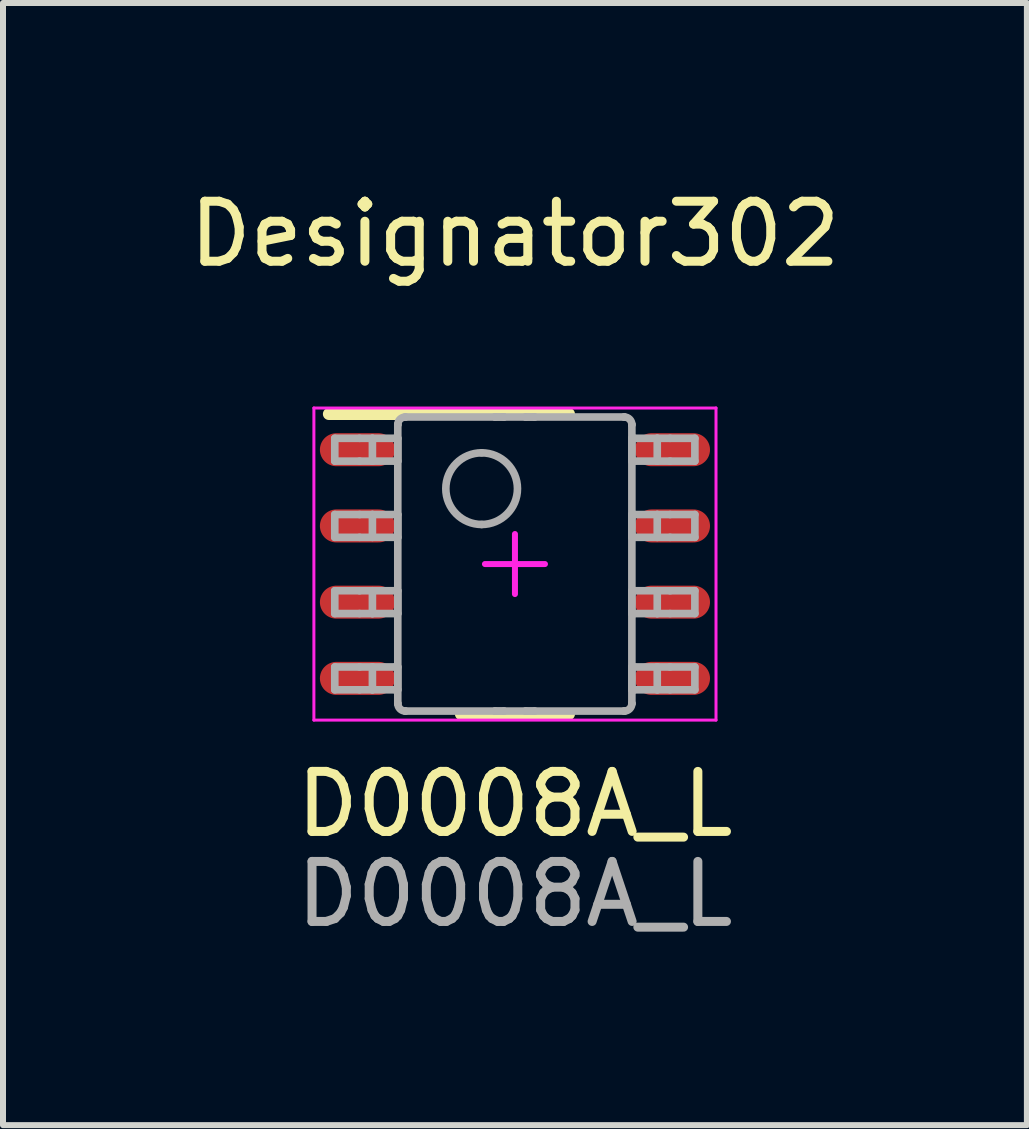
<source format=kicad_pcb>
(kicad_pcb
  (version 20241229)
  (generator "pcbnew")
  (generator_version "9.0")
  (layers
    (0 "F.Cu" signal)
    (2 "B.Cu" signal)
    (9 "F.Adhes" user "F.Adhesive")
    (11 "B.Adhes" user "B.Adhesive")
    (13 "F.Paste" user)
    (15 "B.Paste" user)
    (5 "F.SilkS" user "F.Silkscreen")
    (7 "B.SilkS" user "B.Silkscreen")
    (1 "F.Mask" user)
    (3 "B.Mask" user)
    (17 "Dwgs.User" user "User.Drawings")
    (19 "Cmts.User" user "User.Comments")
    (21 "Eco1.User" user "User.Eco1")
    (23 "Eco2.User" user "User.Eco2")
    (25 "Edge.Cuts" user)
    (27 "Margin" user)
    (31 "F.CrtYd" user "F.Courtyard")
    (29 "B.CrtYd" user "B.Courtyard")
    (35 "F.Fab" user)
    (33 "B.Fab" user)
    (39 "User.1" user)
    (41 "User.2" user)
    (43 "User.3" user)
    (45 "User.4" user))
  (footprint "D0008A_L"
    (layer "F.Cu")
    (at 5.53 6.348)
    (property "Reference" "D0008A_L" (at 0 4 0) (unlocked yes) (layer "F.SilkS") (effects (font (size 1 1) (thickness 0.15))))
    (attr smd)
    (fp_line (start -3.1 -2.5) (end 0.9 -2.5) (stroke (width 0.2) (type solid)) (layer "F.SilkS"))
    (fp_line (start -0.9 2.5) (end 0.9 2.5) (stroke (width 0.2) (type solid)) (layer "F.SilkS"))
    (fp_line (start -3.35 -2.6) (end 3.35 -2.6) (stroke (width 0.05) (type solid)) (layer "F.CrtYd"))
    (fp_line (start -3.35 2.6) (end -3.35 -2.6) (stroke (width 0.05) (type solid)) (layer "F.CrtYd"))
    (fp_line (start -3.35 2.6) (end 3.35 2.6) (stroke (width 0.05) (type solid)) (layer "F.CrtYd"))
    (fp_line (start -0.5 0) (end 0.5 0) (stroke (width 0.1) (type solid)) (layer "F.CrtYd"))
    (fp_line (start 0 0.5) (end 0 -0.5) (stroke (width 0.1) (type solid)) (layer "F.CrtYd"))
    (fp_line (start 3.35 2.6) (end 3.35 -2.6) (stroke (width 0.05) (type solid)) (layer "F.CrtYd"))
    (fp_line (start -3.002 -2.095) (end -2.589 -2.095) (stroke (width 0.127) (type solid)) (layer "F.Fab"))
    (fp_line (start -3.002 -1.715) (end -3.002 -2.095) (stroke (width 0.127) (type solid)) (layer "F.Fab"))
    (fp_line (start -3.002 -1.715) (end -2.589 -1.715) (stroke (width 0.127) (type solid)) (layer "F.Fab"))
    (fp_line (start -3.002 -0.825) (end -2.589 -0.825) (stroke (width 0.127) (type solid)) (layer "F.Fab"))
    (fp_line (start -3.002 -0.445) (end -3.002 -0.825) (stroke (width 0.127) (type solid)) (layer "F.Fab"))
    (fp_line (start -3.002 -0.445) (end -2.589 -0.445) (stroke (width 0.127) (type solid)) (layer "F.Fab"))
    (fp_line (start -3.002 0.445) (end -2.589 0.445) (stroke (width 0.127) (type solid)) (layer "F.Fab"))
    (fp_line (start -3.002 0.825) (end -3.002 0.445) (stroke (width 0.127) (type solid)) (layer "F.Fab"))
    (fp_line (start -3.002 0.825) (end -2.589 0.825) (stroke (width 0.127) (type solid)) (layer "F.Fab"))
    (fp_line (start -3.002 1.715) (end -2.589 1.715) (stroke (width 0.127) (type solid)) (layer "F.Fab"))
    (fp_line (start -3.002 2.095) (end -3.002 1.715) (stroke (width 0.127) (type solid)) (layer "F.Fab"))
    (fp_line (start -3.002 2.095) (end -2.589 2.095) (stroke (width 0.127) (type solid)) (layer "F.Fab"))
    (fp_line (start -2.589 -2.095) (end -2.375 -2.095) (stroke (width 0.127) (type solid)) (layer "F.Fab"))
    (fp_line (start -2.589 -1.715) (end -2.375 -1.715) (stroke (width 0.127) (type solid)) (layer "F.Fab"))
    (fp_line (start -2.589 -0.825) (end -2.375 -0.825) (stroke (width 0.127) (type solid)) (layer "F.Fab"))
    (fp_line (start -2.589 -0.445) (end -2.375 -0.445) (stroke (width 0.127) (type solid)) (layer "F.Fab"))
    (fp_line (start -2.589 0.445) (end -2.375 0.445) (stroke (width 0.127) (type solid)) (layer "F.Fab"))
    (fp_line (start -2.589 0.825) (end -2.375 0.825) (stroke (width 0.127) (type solid)) (layer "F.Fab"))
    (fp_line (start -2.589 1.715) (end -2.375 1.715) (stroke (width 0.127) (type solid)) (layer "F.Fab"))
    (fp_line (start -2.589 2.095) (end -2.375 2.095) (stroke (width 0.127) (type solid)) (layer "F.Fab"))
    (fp_line (start -2.375 -2.095) (end -1.995 -2.095) (stroke (width 0.127) (type solid)) (layer "F.Fab"))
    (fp_line (start -2.375 -1.715) (end -2.375 -2.095) (stroke (width 0.127) (type solid)) (layer "F.Fab"))
    (fp_line (start -2.375 -1.715) (end -1.995 -1.715) (stroke (width 0.127) (type solid)) (layer "F.Fab"))
    (fp_line (start -2.375 -0.825) (end -1.995 -0.825) (stroke (width 0.127) (type solid)) (layer "F.Fab"))
    (fp_line (start -2.375 -0.445) (end -2.375 -0.825) (stroke (width 0.127) (type solid)) (layer "F.Fab"))
    (fp_line (start -2.375 -0.445) (end -1.995 -0.445) (stroke (width 0.127) (type solid)) (layer "F.Fab"))
    (fp_line (start -2.375 0.445) (end -1.995 0.445) (stroke (width 0.127) (type solid)) (layer "F.Fab"))
    (fp_line (start -2.375 0.825) (end -2.375 0.445) (stroke (width 0.127) (type solid)) (layer "F.Fab"))
    (fp_line (start -2.375 0.825) (end -1.995 0.825) (stroke (width 0.127) (type solid)) (layer "F.Fab"))
    (fp_line (start -2.375 1.715) (end -1.995 1.715) (stroke (width 0.127) (type solid)) (layer "F.Fab"))
    (fp_line (start -2.375 2.095) (end -2.375 1.715) (stroke (width 0.127) (type solid)) (layer "F.Fab"))
    (fp_line (start -2.375 2.095) (end -1.995 2.095) (stroke (width 0.127) (type solid)) (layer "F.Fab"))
    (fp_line (start -1.995 -2.095) (end -1.952 -2.095) (stroke (width 0.127) (type solid)) (layer "F.Fab"))
    (fp_line (start -1.995 -1.715) (end -1.952 -1.715) (stroke (width 0.127) (type solid)) (layer "F.Fab"))
    (fp_line (start -1.995 -0.825) (end -1.952 -0.825) (stroke (width 0.127) (type solid)) (layer "F.Fab"))
    (fp_line (start -1.995 -0.445) (end -1.952 -0.445) (stroke (width 0.127) (type solid)) (layer "F.Fab"))
    (fp_line (start -1.995 0.445) (end -1.952 0.445) (stroke (width 0.127) (type solid)) (layer "F.Fab"))
    (fp_line (start -1.995 0.825) (end -1.952 0.825) (stroke (width 0.127) (type solid)) (layer "F.Fab"))
    (fp_line (start -1.995 1.715) (end -1.952 1.715) (stroke (width 0.127) (type solid)) (layer "F.Fab"))
    (fp_line (start -1.995 2.095) (end -1.952 2.095) (stroke (width 0.127) (type solid)) (layer "F.Fab"))
    (fp_line (start -1.952 -2.323) (end -1.952 -2.324) (stroke (width 0.127) (type solid)) (layer "F.Fab"))
    (fp_line (start -1.952 -1.715) (end -1.952 -2.095) (stroke (width 0.127) (type solid)) (layer "F.Fab"))
    (fp_line (start -1.952 -0.445) (end -1.952 -0.825) (stroke (width 0.127) (type solid)) (layer "F.Fab"))
    (fp_line (start -1.952 0.825) (end -1.952 0.445) (stroke (width 0.127) (type solid)) (layer "F.Fab"))
    (fp_line (start -1.952 2.095) (end -1.952 1.715) (stroke (width 0.127) (type solid)) (layer "F.Fab"))
    (fp_line (start -1.952 2.323) (end -1.952 -2.323) (stroke (width 0.127) (type solid)) (layer "F.Fab"))
    (fp_line (start -1.952 2.324) (end -1.952 2.323) (stroke (width 0.127) (type solid)) (layer "F.Fab"))
    (fp_line (start -1.826 -2.45) (end -1.825 -2.45) (stroke (width 0.127) (type solid)) (layer "F.Fab"))
    (fp_line (start -1.826 2.45) (end -1.825 2.45) (stroke (width 0.127) (type solid)) (layer "F.Fab"))
    (fp_line (start -1.825 -2.45) (end -0.332 -2.45) (stroke (width 0.127) (type solid)) (layer "F.Fab"))
    (fp_line (start -1.825 2.45) (end -0.332 2.45) (stroke (width 0.127) (type solid)) (layer "F.Fab"))
    (fp_line (start -0.332 -2.45) (end -0.182 -2.45) (stroke (width 0.127) (type solid)) (layer "F.Fab"))
    (fp_line (start -0.332 -2.45) (end -0.182 -2.45) (stroke (width 0.127) (type solid)) (layer "F.Fab"))
    (fp_line (start -0.332 2.45) (end -0.182 2.45) (stroke (width 0.127) (type solid)) (layer "F.Fab"))
    (fp_line (start -0.332 2.45) (end -0.182 2.45) (stroke (width 0.127) (type solid)) (layer "F.Fab"))
    (fp_line (start -0.182 -2.45) (end 0.178 -2.45) (stroke (width 0.127) (type solid)) (layer "F.Fab"))
    (fp_line (start -0.182 2.45) (end 0.178 2.45) (stroke (width 0.127) (type solid)) (layer "F.Fab"))
    (fp_line (start 0.178 -2.45) (end 0.328 -2.45) (stroke (width 0.127) (type solid)) (layer "F.Fab"))
    (fp_line (start 0.178 -2.45) (end 0.328 -2.45) (stroke (width 0.127) (type solid)) (layer "F.Fab"))
    (fp_line (start 0.178 2.45) (end 0.328 2.45) (stroke (width 0.127) (type solid)) (layer "F.Fab"))
    (fp_line (start 0.178 2.45) (end 0.328 2.45) (stroke (width 0.127) (type solid)) (layer "F.Fab"))
    (fp_line (start 0.328 -2.45) (end 1.821 -2.45) (stroke (width 0.127) (type solid)) (layer "F.Fab"))
    (fp_line (start 0.328 2.45) (end 1.821 2.45) (stroke (width 0.127) (type solid)) (layer "F.Fab"))
    (fp_line (start 1.821 -2.45) (end 1.822 -2.45) (stroke (width 0.127) (type solid)) (layer "F.Fab"))
    (fp_line (start 1.821 2.45) (end 1.822 2.45) (stroke (width 0.127) (type solid)) (layer "F.Fab"))
    (fp_line (start 1.948 -2.323) (end 1.948 -2.324) (stroke (width 0.127) (type solid)) (layer "F.Fab"))
    (fp_line (start 1.948 -2.095) (end 1.991 -2.095) (stroke (width 0.127) (type solid)) (layer "F.Fab"))
    (fp_line (start 1.948 -1.715) (end 1.948 -2.095) (stroke (width 0.127) (type solid)) (layer "F.Fab"))
    (fp_line (start 1.948 -1.715) (end 1.991 -1.715) (stroke (width 0.127) (type solid)) (layer "F.Fab"))
    (fp_line (start 1.948 -0.825) (end 1.991 -0.825) (stroke (width 0.127) (type solid)) (layer "F.Fab"))
    (fp_line (start 1.948 -0.445) (end 1.948 -0.825) (stroke (width 0.127) (type solid)) (layer "F.Fab"))
    (fp_line (start 1.948 -0.445) (end 1.991 -0.445) (stroke (width 0.127) (type solid)) (layer "F.Fab"))
    (fp_line (start 1.948 0.445) (end 1.991 0.445) (stroke (width 0.127) (type solid)) (layer "F.Fab"))
    (fp_line (start 1.948 0.825) (end 1.948 0.445) (stroke (width 0.127) (type solid)) (layer "F.Fab"))
    (fp_line (start 1.948 0.825) (end 1.991 0.825) (stroke (width 0.127) (type solid)) (layer "F.Fab"))
    (fp_line (start 1.948 1.715) (end 1.991 1.715) (stroke (width 0.127) (type solid)) (layer "F.Fab"))
    (fp_line (start 1.948 2.095) (end 1.948 1.715) (stroke (width 0.127) (type solid)) (layer "F.Fab"))
    (fp_line (start 1.948 2.095) (end 1.991 2.095) (stroke (width 0.127) (type solid)) (layer "F.Fab"))
    (fp_line (start 1.948 2.323) (end 1.948 -2.323) (stroke (width 0.127) (type solid)) (layer "F.Fab"))
    (fp_line (start 1.948 2.324) (end 1.948 2.323) (stroke (width 0.127) (type solid)) (layer "F.Fab"))
    (fp_line (start 1.991 -2.095) (end 2.371 -2.095) (stroke (width 0.127) (type solid)) (layer "F.Fab"))
    (fp_line (start 1.991 -1.715) (end 2.371 -1.715) (stroke (width 0.127) (type solid)) (layer "F.Fab"))
    (fp_line (start 1.991 -0.825) (end 2.371 -0.825) (stroke (width 0.127) (type solid)) (layer "F.Fab"))
    (fp_line (start 1.991 -0.445) (end 2.371 -0.445) (stroke (width 0.127) (type solid)) (layer "F.Fab"))
    (fp_line (start 1.991 0.445) (end 2.371 0.445) (stroke (width 0.127) (type solid)) (layer "F.Fab"))
    (fp_line (start 1.991 0.825) (end 2.371 0.825) (stroke (width 0.127) (type solid)) (layer "F.Fab"))
    (fp_line (start 1.991 1.715) (end 2.371 1.715) (stroke (width 0.127) (type solid)) (layer "F.Fab"))
    (fp_line (start 1.991 2.095) (end 2.371 2.095) (stroke (width 0.127) (type solid)) (layer "F.Fab"))
    (fp_line (start 2.371 -2.095) (end 2.585 -2.095) (stroke (width 0.127) (type solid)) (layer "F.Fab"))
    (fp_line (start 2.371 -1.715) (end 2.371 -2.095) (stroke (width 0.127) (type solid)) (layer "F.Fab"))
    (fp_line (start 2.371 -1.715) (end 2.585 -1.715) (stroke (width 0.127) (type solid)) (layer "F.Fab"))
    (fp_line (start 2.371 -0.825) (end 2.585 -0.825) (stroke (width 0.127) (type solid)) (layer "F.Fab"))
    (fp_line (start 2.371 -0.445) (end 2.371 -0.825) (stroke (width 0.127) (type solid)) (layer "F.Fab"))
    (fp_line (start 2.371 -0.445) (end 2.585 -0.445) (stroke (width 0.127) (type solid)) (layer "F.Fab"))
    (fp_line (start 2.371 0.445) (end 2.585 0.445) (stroke (width 0.127) (type solid)) (layer "F.Fab"))
    (fp_line (start 2.371 0.825) (end 2.371 0.445) (stroke (width 0.127) (type solid)) (layer "F.Fab"))
    (fp_line (start 2.371 0.825) (end 2.585 0.825) (stroke (width 0.127) (type solid)) (layer "F.Fab"))
    (fp_line (start 2.371 1.715) (end 2.585 1.715) (stroke (width 0.127) (type solid)) (layer "F.Fab"))
    (fp_line (start 2.371 2.095) (end 2.371 1.715) (stroke (width 0.127) (type solid)) (layer "F.Fab"))
    (fp_line (start 2.371 2.095) (end 2.585 2.095) (stroke (width 0.127) (type solid)) (layer "F.Fab"))
    (fp_line (start 2.585 -2.095) (end 2.998 -2.095) (stroke (width 0.127) (type solid)) (layer "F.Fab"))
    (fp_line (start 2.585 -1.715) (end 2.998 -1.715) (stroke (width 0.127) (type solid)) (layer "F.Fab"))
    (fp_line (start 2.585 -0.825) (end 2.998 -0.825) (stroke (width 0.127) (type solid)) (layer "F.Fab"))
    (fp_line (start 2.585 -0.445) (end 2.998 -0.445) (stroke (width 0.127) (type solid)) (layer "F.Fab"))
    (fp_line (start 2.585 0.445) (end 2.998 0.445) (stroke (width 0.127) (type solid)) (layer "F.Fab"))
    (fp_line (start 2.585 0.825) (end 2.998 0.825) (stroke (width 0.127) (type solid)) (layer "F.Fab"))
    (fp_line (start 2.585 1.715) (end 2.998 1.715) (stroke (width 0.127) (type solid)) (layer "F.Fab"))
    (fp_line (start 2.585 2.095) (end 2.998 2.095) (stroke (width 0.127) (type solid)) (layer "F.Fab"))
    (fp_line (start 2.998 -1.715) (end 2.998 -2.095) (stroke (width 0.127) (type solid)) (layer "F.Fab"))
    (fp_line (start 2.998 -0.445) (end 2.998 -0.825) (stroke (width 0.127) (type solid)) (layer "F.Fab"))
    (fp_line (start 2.998 0.825) (end 2.998 0.445) (stroke (width 0.127) (type solid)) (layer "F.Fab"))
    (fp_line (start 2.998 2.095) (end 2.998 1.715) (stroke (width 0.127) (type solid)) (layer "F.Fab"))
    (fp_arc (start -1.952002 -2.323941) (mid -1.914806 -2.412806) (end -1.825941 -2.450002) (stroke (width 0.127) (type solid)) (layer "F.Fab"))
    (fp_arc (start -1.825941 2.449992) (mid -1.914806 2.412795) (end -1.952002 2.323931) (stroke (width 0.127) (type solid)) (layer "F.Fab"))
    (fp_arc (start -0.555 -1.8531) (mid 0.0419 -1.2562) (end -0.555 -0.6593) (stroke (width 0.127) (type solid)) (layer "F.Fab"))
    (fp_arc (start -0.555 -0.6593) (mid -1.1519 -1.2562) (end -0.555 -1.8531) (stroke (width 0.127) (type solid)) (layer "F.Fab"))
    (fp_arc (start 1.821933 -2.450002) (mid 1.910797 -2.412806) (end 1.947994 -2.323941) (stroke (width 0.127) (type solid)) (layer "F.Fab"))
    (fp_arc (start 1.947994 2.323931) (mid 1.910797 2.412795) (end 1.821933 2.449992) (stroke (width 0.127) (type solid)) (layer "F.Fab"))
    (fp_text user "Designator302" (at 0 -5.5 0) (unlocked yes) (layer "F.SilkS") (effects (font (size 1 1) (thickness 0.15))))
    (fp_text user "${REFERENCE}" (at 0 5.5 0) (unlocked yes) (layer "F.Fab") (effects (font (size 1 1) (thickness 0.15))))
    (pad "1" smd oval (at -2.625 -1.905 90) (size 0.55 1.25) (layers "F.Cu" "F.Mask" "F.Paste"))
    (pad "2" smd oval (at -2.625 -0.635 90) (size 0.55 1.25) (layers "F.Cu" "F.Mask" "F.Paste"))
    (pad "3" smd oval (at -2.625 0.635 90) (size 0.55 1.25) (layers "F.Cu" "F.Mask" "F.Paste"))
    (pad "4" smd oval (at -2.625 1.905 90) (size 0.55 1.25) (layers "F.Cu" "F.Mask" "F.Paste"))
    (pad "5" smd oval (at 2.625 1.905 90) (size 0.55 1.25) (layers "F.Cu" "F.Mask" "F.Paste"))
    (pad "6" smd oval (at 2.625 0.635 90) (size 0.55 1.25) (layers "F.Cu" "F.Mask" "F.Paste"))
    (pad "7" smd oval (at 2.625 -0.635 90) (size 0.55 1.25) (layers "F.Cu" "F.Mask" "F.Paste"))
    (pad "8" smd oval (at 2.625 -1.905 90) (size 0.55 1.25) (layers "F.Cu" "F.Mask" "F.Paste")))
  (gr_rect
    (start -3 -3)
    (end 14.06 15.697)
    (stroke (width 0.1) (type default))
    (fill no)
    (layer "Edge.Cuts")))
</source>
